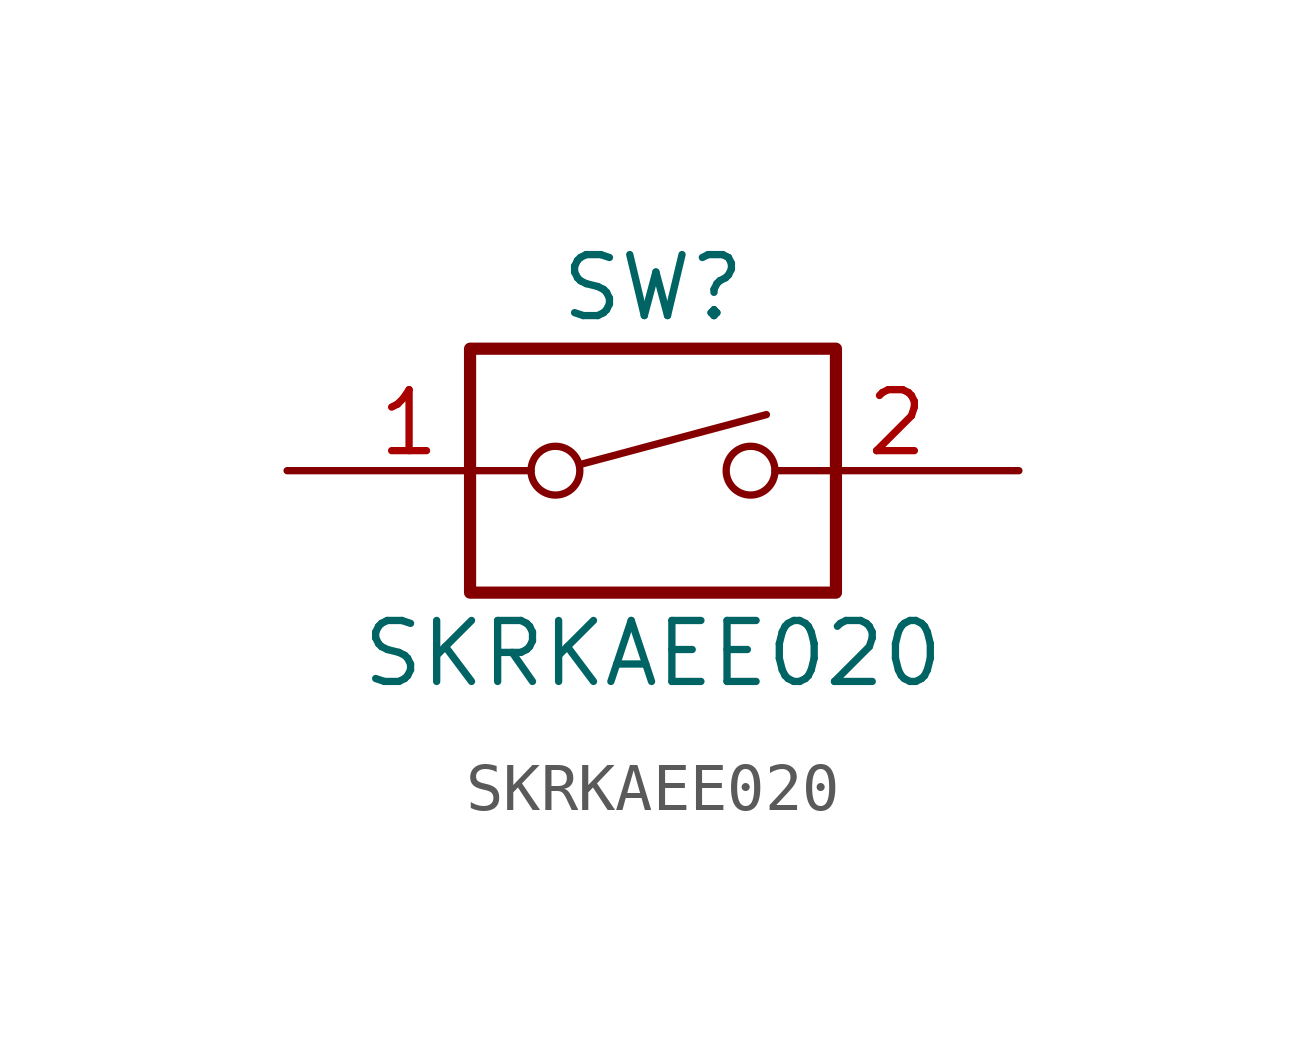
<source format=kicad_sym>
(kicad_symbol_lib
  (version 20211014)
  (generator kicad_symbol_editor)
  (symbol "SKRKAEE020"
    (pin_names
      (offset 0) hide)
    (property "Reference" "SW"
      (at 0 3.81 0)
      (effects (font (size 1.27 1.27))))
    (property "Value" "SKRKAEE020"
      (at 0 -3.81 0)
      (effects (font (size 1.27 1.27))))
    (symbol "SKRKAEE020_0_0"
      (circle (center -2.032 0) (radius 0.508) (stroke (width 0) (type default) (color 0 0 0 0)) (fill (type none)))
      (polyline (pts (xy -1.524 0.127) (xy 2.362 1.168)) (stroke (width 0) (type default) (color 0 0 0 0)) (fill (type none)))
      (circle (center 2.032 0) (radius 0.508) (stroke (width 0) (type default) (color 0 0 0 0)) (fill (type none))))
    (symbol "SKRKAEE020_0_1"
      (rectangle (start -3.81 2.54) (end 3.81 -2.54) (stroke (width 0.254) (type default) (color 0 0 0 0)) (fill (type none))))
    (symbol "SKRKAEE020_1_1"
      (pin passive line (at -7.62 0 0) (length 5.08) (name "~" (effects (font (size 1.27 1.27)))) (number "1" (effects (font (size 1.27 1.27)))))
      (pin passive line (at 7.62 0 180) (length 5.08) (name "~" (effects (font (size 1.27 1.27)))) (number "2" (effects (font (size 1.27 1.27))))))))
</source>
